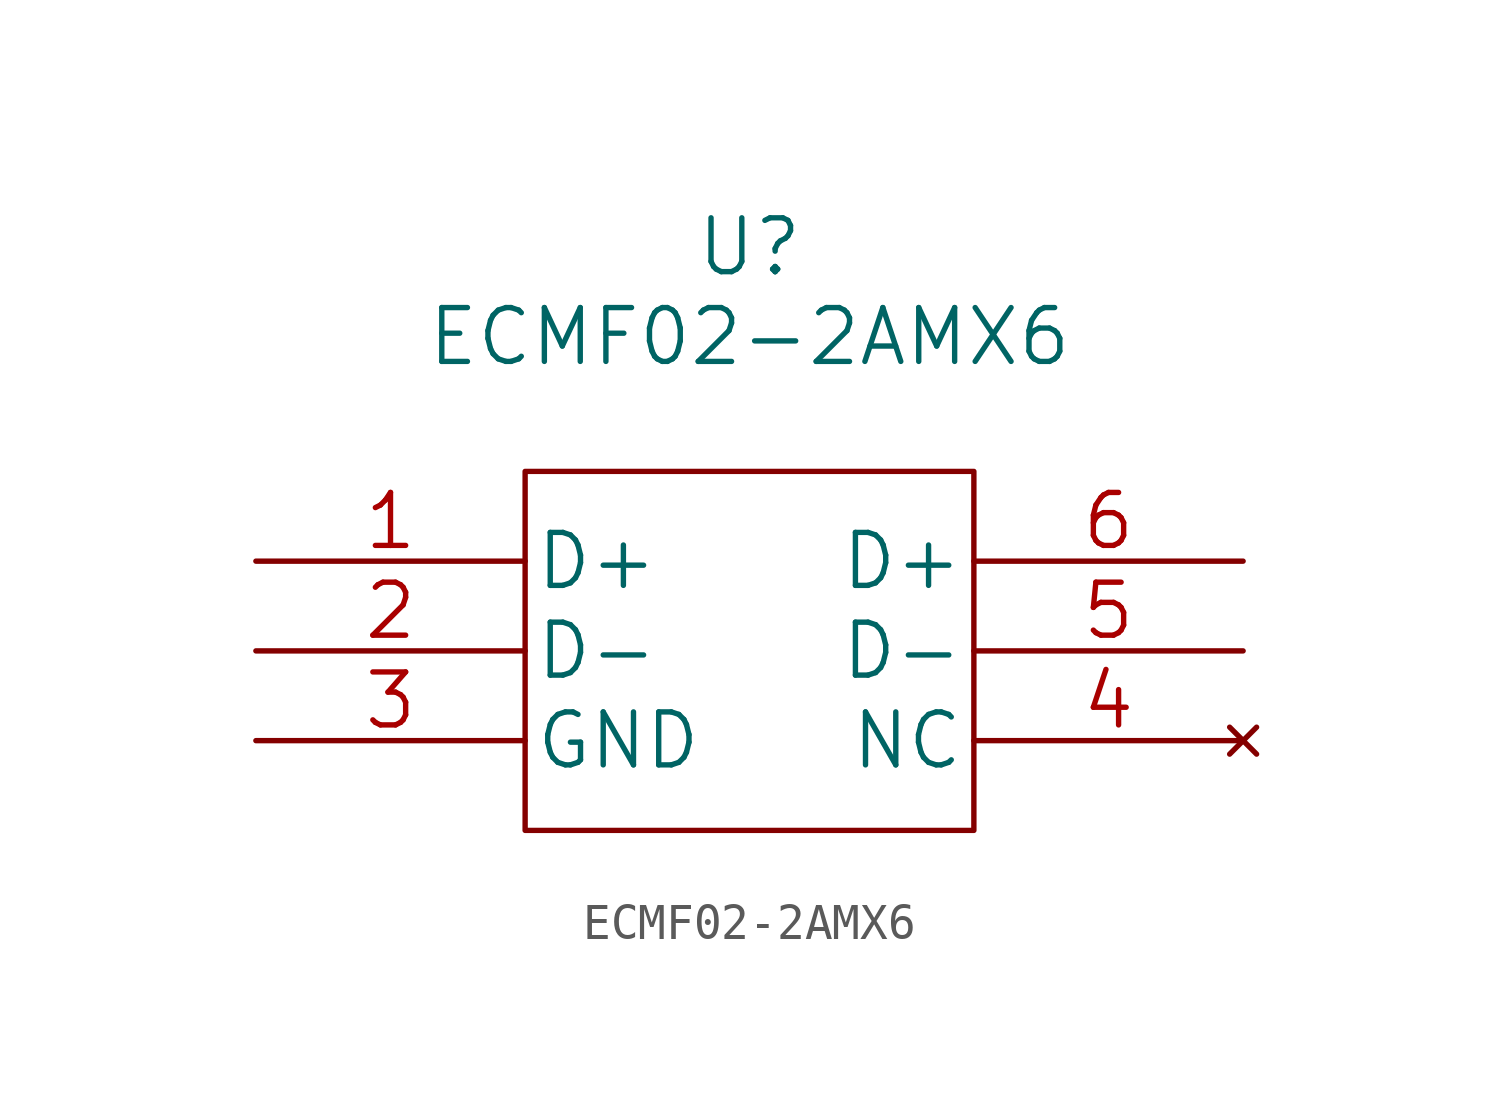
<source format=kicad_sym>
(kicad_symbol_lib
  (version 20211014)
  (generator kicad_symbol_editor)
  (symbol "ECMF02-2AMX6"
    (pin_names
      (offset 0.254))
    (property "Reference" "U"
      (at 13.97 6.35 0)
      (effects (font (size 1.524 1.524))))
    (property "Value" "ECMF02-2AMX6"
      (at 13.97 3.81 0)
      (effects (font (size 1.524 1.524))))
    (property "Datasheet" ""
      (at 0 0 0)
      (effects (font (size 1.524 1.524))))
    (property "ki_locked" ""
      (at 0 0 0)
      (effects (font (size 1.27 1.27))))
    (symbol "ECMF02-2AMX6_1_1"
      (rectangle (start 7.62 0) (end 20.32 -10.16) (stroke (width 0) (type default) (color 0 0 0 0)) (fill (type none)))
      (pin unspecified line (at 0 -2.54 0) (length 7.62) (name "D+" (effects (font (size 1.499 1.499)))) (number "1" (effects (font (size 1.499 1.499)))))
      (pin bidirectional line (at 0 -5.08 0) (length 7.62) (name "D-" (effects (font (size 1.499 1.499)))) (number "2" (effects (font (size 1.499 1.499)))))
      (pin power_in line (at 0 -7.62 0) (length 7.62) (name "GND" (effects (font (size 1.499 1.499)))) (number "3" (effects (font (size 1.499 1.499)))))
      (pin no_connect line (at 27.94 -7.62 180) (length 7.62) (name "NC" (effects (font (size 1.499 1.499)))) (number "4" (effects (font (size 1.499 1.499)))))
      (pin bidirectional line (at 27.94 -5.08 180) (length 7.62) (name "D-" (effects (font (size 1.499 1.499)))) (number "5" (effects (font (size 1.499 1.499)))))
      (pin unspecified line (at 27.94 -2.54 180) (length 7.62) (name "D+" (effects (font (size 1.499 1.499)))) (number "6" (effects (font (size 1.499 1.499))))))))
</source>
